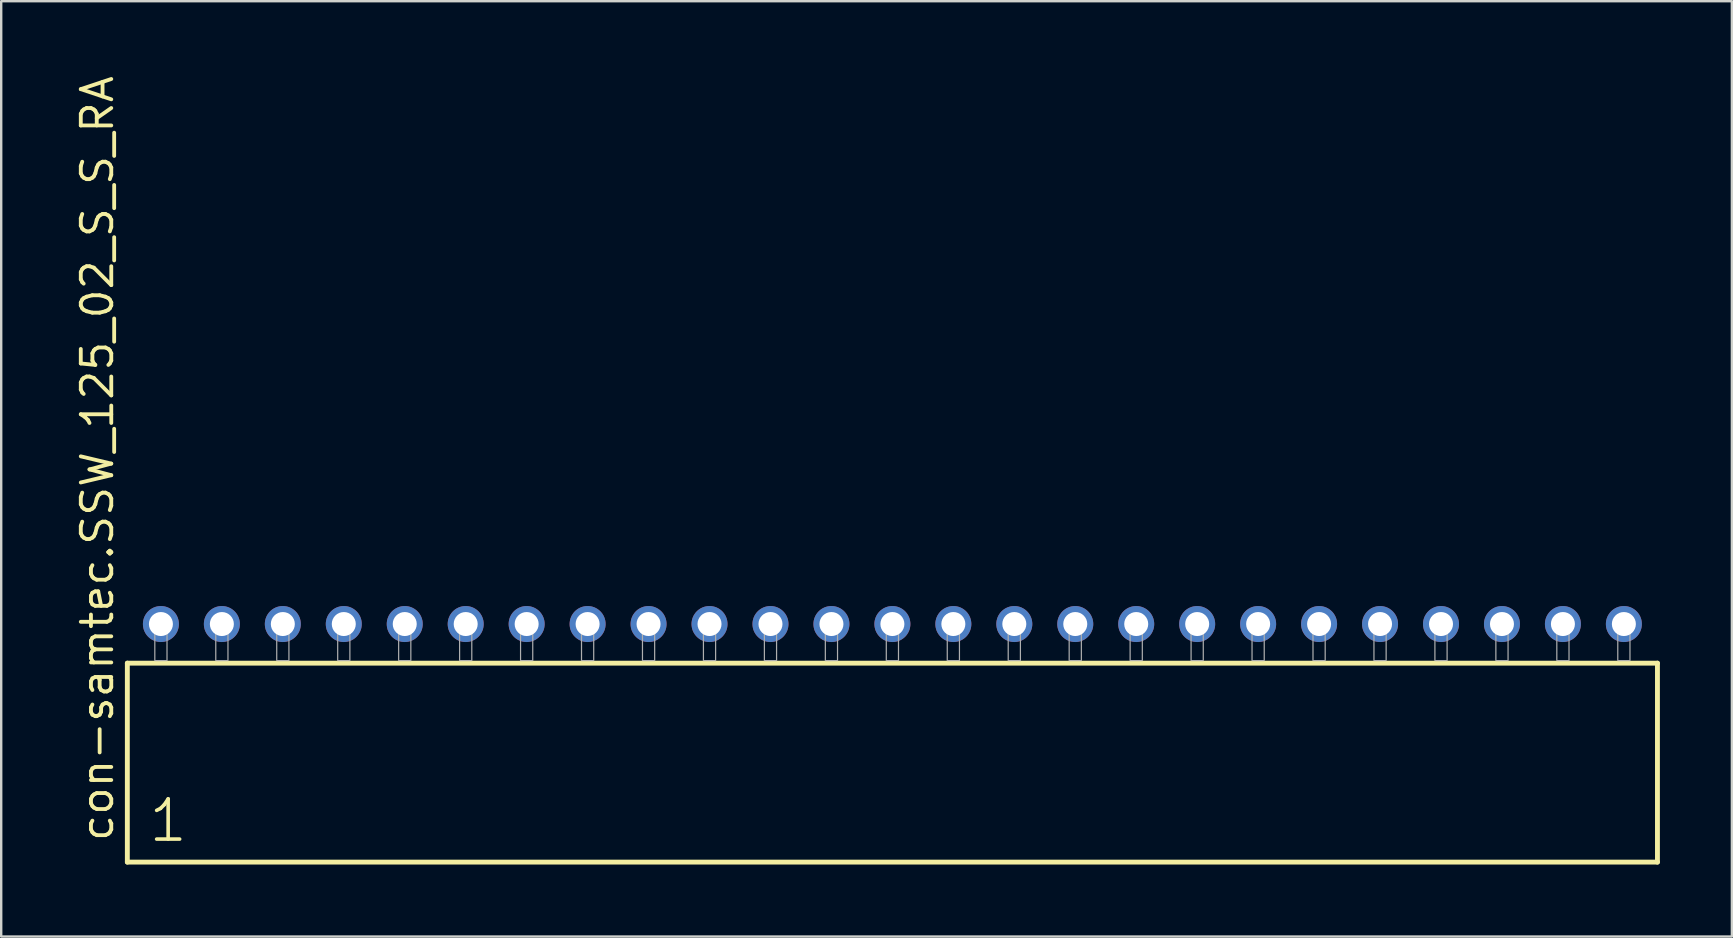
<source format=kicad_pcb>
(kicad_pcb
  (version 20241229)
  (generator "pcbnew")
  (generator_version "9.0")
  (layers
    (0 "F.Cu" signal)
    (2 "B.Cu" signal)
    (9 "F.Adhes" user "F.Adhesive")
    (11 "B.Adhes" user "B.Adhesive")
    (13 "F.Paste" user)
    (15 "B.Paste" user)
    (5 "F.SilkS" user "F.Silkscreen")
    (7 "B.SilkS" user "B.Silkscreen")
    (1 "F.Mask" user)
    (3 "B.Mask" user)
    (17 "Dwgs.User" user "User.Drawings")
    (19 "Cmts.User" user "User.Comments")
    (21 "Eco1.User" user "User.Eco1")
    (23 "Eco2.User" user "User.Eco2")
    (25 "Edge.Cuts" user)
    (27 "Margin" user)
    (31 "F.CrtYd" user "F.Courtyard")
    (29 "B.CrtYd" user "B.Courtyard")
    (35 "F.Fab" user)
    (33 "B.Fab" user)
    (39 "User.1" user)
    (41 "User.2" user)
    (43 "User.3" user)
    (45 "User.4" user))
  (footprint "con-samtec.SSW_125_02_S_S_RA"
    (layer "F.Cu")
    (at 34.135 24.477)
    (property "Reference" "con-samtec.SSW_125_02_S_S_RA" (at -32.385 7.62 90) (layer "F.SilkS") (effects (font (size 1.27 1.27) (thickness 0.16)) (justify left bottom)))
    (attr through_hole)
    (fp_line (start -31.879 0.106) (end -31.879 8.396) (stroke (width 0.203) (type default)) (layer "F.SilkS"))
    (fp_line (start -31.879 8.396) (end 31.879 8.396) (stroke (width 0.203) (type default)) (layer "F.SilkS"))
    (fp_line (start 31.879 0.106) (end -31.879 0.106) (stroke (width 0.203) (type default)) (layer "F.SilkS"))
    (fp_line (start 31.879 8.396) (end 31.879 0.106) (stroke (width 0.203) (type default)) (layer "F.SilkS"))
    (fp_rect (start -30.734 0) (end -30.226 -1.778) (stroke (width 0.05) (type default)) (fill no) (layer "F.Fab"))
    (fp_rect (start -28.194 0) (end -27.686 -1.778) (stroke (width 0.05) (type default)) (fill no) (layer "F.Fab"))
    (fp_rect (start -25.654 0) (end -25.146 -1.778) (stroke (width 0.05) (type default)) (fill no) (layer "F.Fab"))
    (fp_rect (start -23.114 0) (end -22.606 -1.778) (stroke (width 0.05) (type default)) (fill no) (layer "F.Fab"))
    (fp_rect (start -20.574 0) (end -20.066 -1.778) (stroke (width 0.05) (type default)) (fill no) (layer "F.Fab"))
    (fp_rect (start -18.034 0) (end -17.526 -1.778) (stroke (width 0.05) (type default)) (fill no) (layer "F.Fab"))
    (fp_rect (start -15.494 0) (end -14.986 -1.778) (stroke (width 0.05) (type default)) (fill no) (layer "F.Fab"))
    (fp_rect (start -12.954 0) (end -12.446 -1.778) (stroke (width 0.05) (type default)) (fill no) (layer "F.Fab"))
    (fp_rect (start -10.414 0) (end -9.906 -1.778) (stroke (width 0.05) (type default)) (fill no) (layer "F.Fab"))
    (fp_rect (start -7.874 0) (end -7.366 -1.778) (stroke (width 0.05) (type default)) (fill no) (layer "F.Fab"))
    (fp_rect (start -5.334 0) (end -4.826 -1.778) (stroke (width 0.05) (type default)) (fill no) (layer "F.Fab"))
    (fp_rect (start -2.794 0) (end -2.286 -1.778) (stroke (width 0.05) (type default)) (fill no) (layer "F.Fab"))
    (fp_rect (start -0.254 0) (end 0.254 -1.778) (stroke (width 0.05) (type default)) (fill no) (layer "F.Fab"))
    (fp_rect (start 2.286 0) (end 2.794 -1.778) (stroke (width 0.05) (type default)) (fill no) (layer "F.Fab"))
    (fp_rect (start 4.826 0) (end 5.334 -1.778) (stroke (width 0.05) (type default)) (fill no) (layer "F.Fab"))
    (fp_rect (start 7.366 0) (end 7.874 -1.778) (stroke (width 0.05) (type default)) (fill no) (layer "F.Fab"))
    (fp_rect (start 9.906 0) (end 10.414 -1.778) (stroke (width 0.05) (type default)) (fill no) (layer "F.Fab"))
    (fp_rect (start 12.446 0) (end 12.954 -1.778) (stroke (width 0.05) (type default)) (fill no) (layer "F.Fab"))
    (fp_rect (start 14.986 0) (end 15.494 -1.778) (stroke (width 0.05) (type default)) (fill no) (layer "F.Fab"))
    (fp_rect (start 17.526 0) (end 18.034 -1.778) (stroke (width 0.05) (type default)) (fill no) (layer "F.Fab"))
    (fp_rect (start 20.066 0) (end 20.574 -1.778) (stroke (width 0.05) (type default)) (fill no) (layer "F.Fab"))
    (fp_rect (start 22.606 0) (end 23.114 -1.778) (stroke (width 0.05) (type default)) (fill no) (layer "F.Fab"))
    (fp_rect (start 25.146 0) (end 25.654 -1.778) (stroke (width 0.05) (type default)) (fill no) (layer "F.Fab"))
    (fp_rect (start 27.686 0) (end 28.194 -1.778) (stroke (width 0.05) (type default)) (fill no) (layer "F.Fab"))
    (fp_rect (start 30.226 0) (end 30.734 -1.778) (stroke (width 0.05) (type default)) (fill no) (layer "F.Fab"))
    (fp_text user "1" (at -31.075 7.65 0) (layer "F.SilkS") (effects (font (size 1.676 1.676) (thickness 0.15)) (justify left bottom)))
    (pad "1" thru_hole circle (at -30.48 -1.524) (size 1.5 1.5) (drill 1) (layers "*.Cu" "*.Mask"))
    (pad "2" thru_hole circle (at -27.94 -1.524) (size 1.5 1.5) (drill 1) (layers "*.Cu" "*.Mask"))
    (pad "3" thru_hole circle (at -25.4 -1.524) (size 1.5 1.5) (drill 1) (layers "*.Cu" "*.Mask"))
    (pad "4" thru_hole circle (at -22.86 -1.524) (size 1.5 1.5) (drill 1) (layers "*.Cu" "*.Mask"))
    (pad "5" thru_hole circle (at -20.32 -1.524) (size 1.5 1.5) (drill 1) (layers "*.Cu" "*.Mask"))
    (pad "6" thru_hole circle (at -17.78 -1.524) (size 1.5 1.5) (drill 1) (layers "*.Cu" "*.Mask"))
    (pad "7" thru_hole circle (at -15.24 -1.524) (size 1.5 1.5) (drill 1) (layers "*.Cu" "*.Mask"))
    (pad "8" thru_hole circle (at -12.7 -1.524) (size 1.5 1.5) (drill 1) (layers "*.Cu" "*.Mask"))
    (pad "9" thru_hole circle (at -10.16 -1.524) (size 1.5 1.5) (drill 1) (layers "*.Cu" "*.Mask"))
    (pad "10" thru_hole circle (at -7.62 -1.524) (size 1.5 1.5) (drill 1) (layers "*.Cu" "*.Mask"))
    (pad "11" thru_hole circle (at -5.08 -1.524) (size 1.5 1.5) (drill 1) (layers "*.Cu" "*.Mask"))
    (pad "12" thru_hole circle (at -2.54 -1.524) (size 1.5 1.5) (drill 1) (layers "*.Cu" "*.Mask"))
    (pad "13" thru_hole circle (at 0 -1.524) (size 1.5 1.5) (drill 1) (layers "*.Cu" "*.Mask"))
    (pad "14" thru_hole circle (at 2.54 -1.524) (size 1.5 1.5) (drill 1) (layers "*.Cu" "*.Mask"))
    (pad "15" thru_hole circle (at 5.08 -1.524) (size 1.5 1.5) (drill 1) (layers "*.Cu" "*.Mask"))
    (pad "16" thru_hole circle (at 7.62 -1.524) (size 1.5 1.5) (drill 1) (layers "*.Cu" "*.Mask"))
    (pad "17" thru_hole circle (at 10.16 -1.524) (size 1.5 1.5) (drill 1) (layers "*.Cu" "*.Mask"))
    (pad "18" thru_hole circle (at 12.7 -1.524) (size 1.5 1.5) (drill 1) (layers "*.Cu" "*.Mask"))
    (pad "19" thru_hole circle (at 15.24 -1.524) (size 1.5 1.5) (drill 1) (layers "*.Cu" "*.Mask"))
    (pad "20" thru_hole circle (at 17.78 -1.524) (size 1.5 1.5) (drill 1) (layers "*.Cu" "*.Mask"))
    (pad "21" thru_hole circle (at 20.32 -1.524) (size 1.5 1.5) (drill 1) (layers "*.Cu" "*.Mask"))
    (pad "22" thru_hole circle (at 22.86 -1.524) (size 1.5 1.5) (drill 1) (layers "*.Cu" "*.Mask"))
    (pad "23" thru_hole circle (at 25.4 -1.524) (size 1.5 1.5) (drill 1) (layers "*.Cu" "*.Mask"))
    (pad "24" thru_hole circle (at 27.94 -1.524) (size 1.5 1.5) (drill 1) (layers "*.Cu" "*.Mask"))
    (pad "25" thru_hole circle (at 30.48 -1.524) (size 1.5 1.5) (drill 1) (layers "*.Cu" "*.Mask")))
  (gr_rect
    (start -3 -3)
    (end 69.116 35.975)
    (stroke (width 0.1) (type default))
    (fill no)
    (layer "Edge.Cuts")))
</source>
